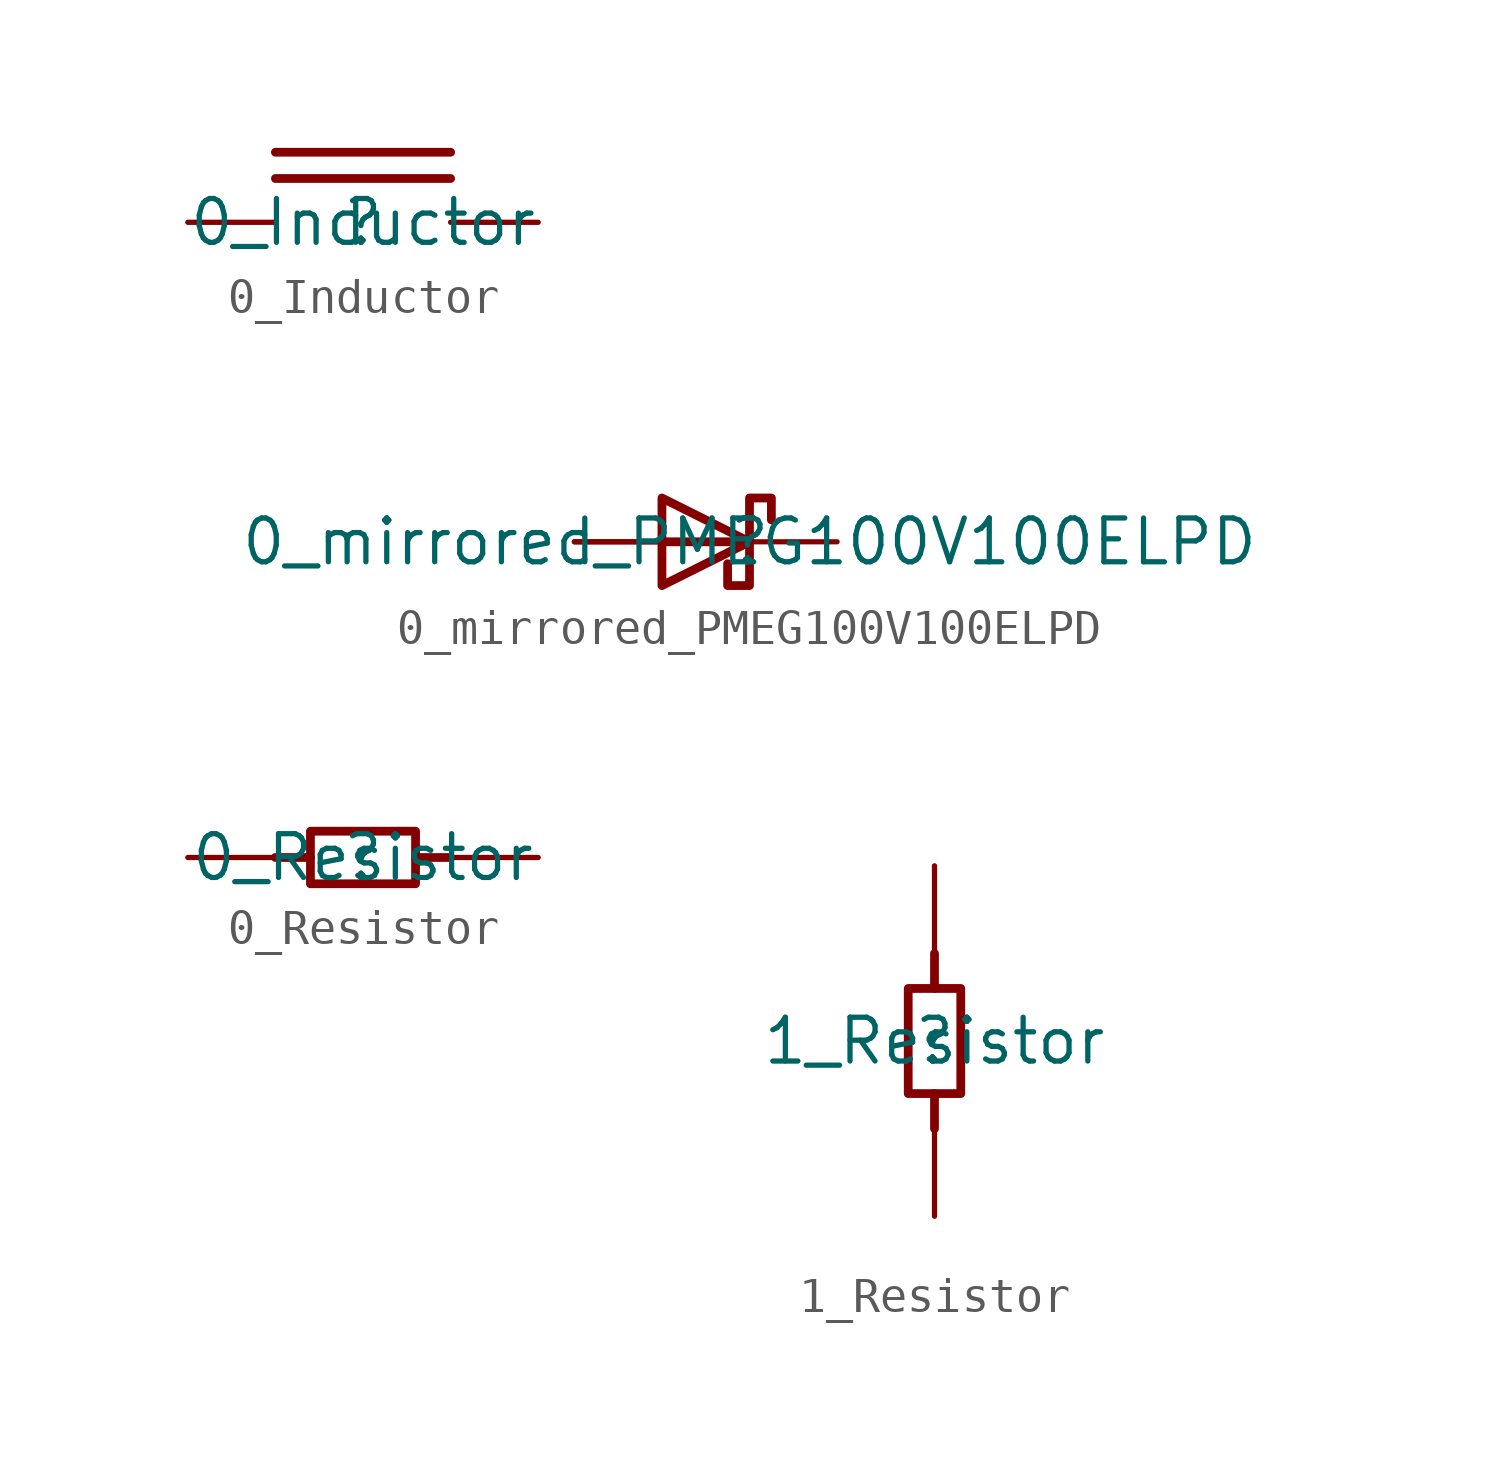
<source format=kicad_sym>
(kicad_symbol_lib
  (version 20211014)
  (generator kicad_symbol_editor)
  (symbol "0_Inductor"
    (property "Reference" ""
      (at 0 0 0)
      (effects (font (size 1.27 1.27))))
    (property "Value" "0_Inductor"
      (at 0 0 0)
      (effects (font (size 1.27 1.27))))
    (symbol "0_Inductor_1_0"
      (polyline (pts (xy 2.54 1.27) (xy -2.54 1.27)) (stroke (width 0.254) (type default) (color 0 0 0 0)) (fill (type none)))
      (polyline (pts (xy 2.54 2.032) (xy -2.54 2.032)) (stroke (width 0.254) (type default) (color 0 0 0 0)) (fill (type none)))
      (pin passive line (at -5.08 0 0) (length 2.54) (name "1" (effects (font (size 0 0)))) (number "1" (effects (font (size 0 0)))))
      (pin passive line (at 5.08 0 180) (length 2.54) (name "2" (effects (font (size 0 0)))) (number "2" (effects (font (size 0 0)))))))
  (symbol "0_mirrored_PMEG100V100ELPD"
    (property "Reference" ""
      (at 0 0 0)
      (effects (font (size 1.27 1.27))))
    (property "Value" "0_mirrored_PMEG100V100ELPD"
      (at 0 0 0)
      (effects (font (size 1.27 1.27))))
    (symbol "0_mirrored_PMEG100V100ELPD_1_0"
      (polyline (pts (xy -2.54 0) (xy 0 0)) (stroke (width 0.254) (type default) (color 0 0 0 0)) (fill (type none)))
      (polyline (pts (xy -2.54 1.27) (xy -2.54 -1.27) (xy 0 0) (xy -2.54 1.27)) (stroke (width 0.254) (type default) (color 0 0 0 0)) (fill (type none)))
      (polyline (pts (xy 0.635 0.635) (xy 0.635 1.27) (xy 0 1.27) (xy 0 -1.27) (xy -0.635 -1.27) (xy -0.635 -0.635)) (stroke (width 0.254) (type default) (color 0 0 0 0)) (fill (type none)))
      (pin passive line (at -5.08 0 0) (length 2.54) (name "A" (effects (font (size 0 0)))) (number "1" (effects (font (size 0 0)))))
      (pin passive line (at -5.08 0 0) (length 2.54) (name "A" (effects (font (size 0 0)))) (number "2" (effects (font (size 0 0)))))
      (pin passive line (at 2.54 0 180) (length 2.54) (name "K" (effects (font (size 0 0)))) (number "3" (effects (font (size 0 0)))))))
  (symbol "0_Resistor"
    (property "Reference" ""
      (at 0 0 0)
      (effects (font (size 1.27 1.27))))
    (property "Value" "0_Resistor"
      (at 0 0 0)
      (effects (font (size 1.27 1.27))))
    (symbol "0_Resistor_1_0"
      (polyline (pts (xy -2.54 0) (xy -1.524 0)) (stroke (width 0.254) (type default) (color 0 0 0 0)) (fill (type none)))
      (polyline (pts (xy 2.54 0) (xy 1.524 0)) (stroke (width 0.254) (type default) (color 0 0 0 0)) (fill (type none)))
      (rectangle (start 1.524 0.762) (end -1.524 -0.762) (stroke (width 0.254) (type default) (color 0 0 0 0)) (fill (type none)))
      (pin passive line (at -5.08 0 0) (length 2.54) (name "1" (effects (font (size 0 0)))) (number "1" (effects (font (size 0 0)))))
      (pin passive line (at 5.08 0 180) (length 2.54) (name "2" (effects (font (size 0 0)))) (number "2" (effects (font (size 0 0)))))))
  (symbol "1_Resistor"
    (property "Reference" ""
      (at 0 0 0)
      (effects (font (size 1.27 1.27))))
    (property "Value" "1_Resistor"
      (at 0 0 0)
      (effects (font (size 1.27 1.27))))
    (symbol "1_Resistor_1_0"
      (polyline (pts (xy 0 -2.54) (xy 0 -1.524)) (stroke (width 0.254) (type default) (color 0 0 0 0)) (fill (type none)))
      (polyline (pts (xy 0 2.54) (xy 0 1.524)) (stroke (width 0.254) (type default) (color 0 0 0 0)) (fill (type none)))
      (rectangle (start 0.762 1.524) (end -0.762 -1.524) (stroke (width 0.254) (type default) (color 0 0 0 0)) (fill (type none)))
      (pin passive line (at 0 -5.08 90) (length 2.54) (name "1" (effects (font (size 0 0)))) (number "1" (effects (font (size 0 0)))))
      (pin passive line (at 0 5.08 270) (length 2.54) (name "2" (effects (font (size 0 0)))) (number "2" (effects (font (size 0 0))))))))
</source>
